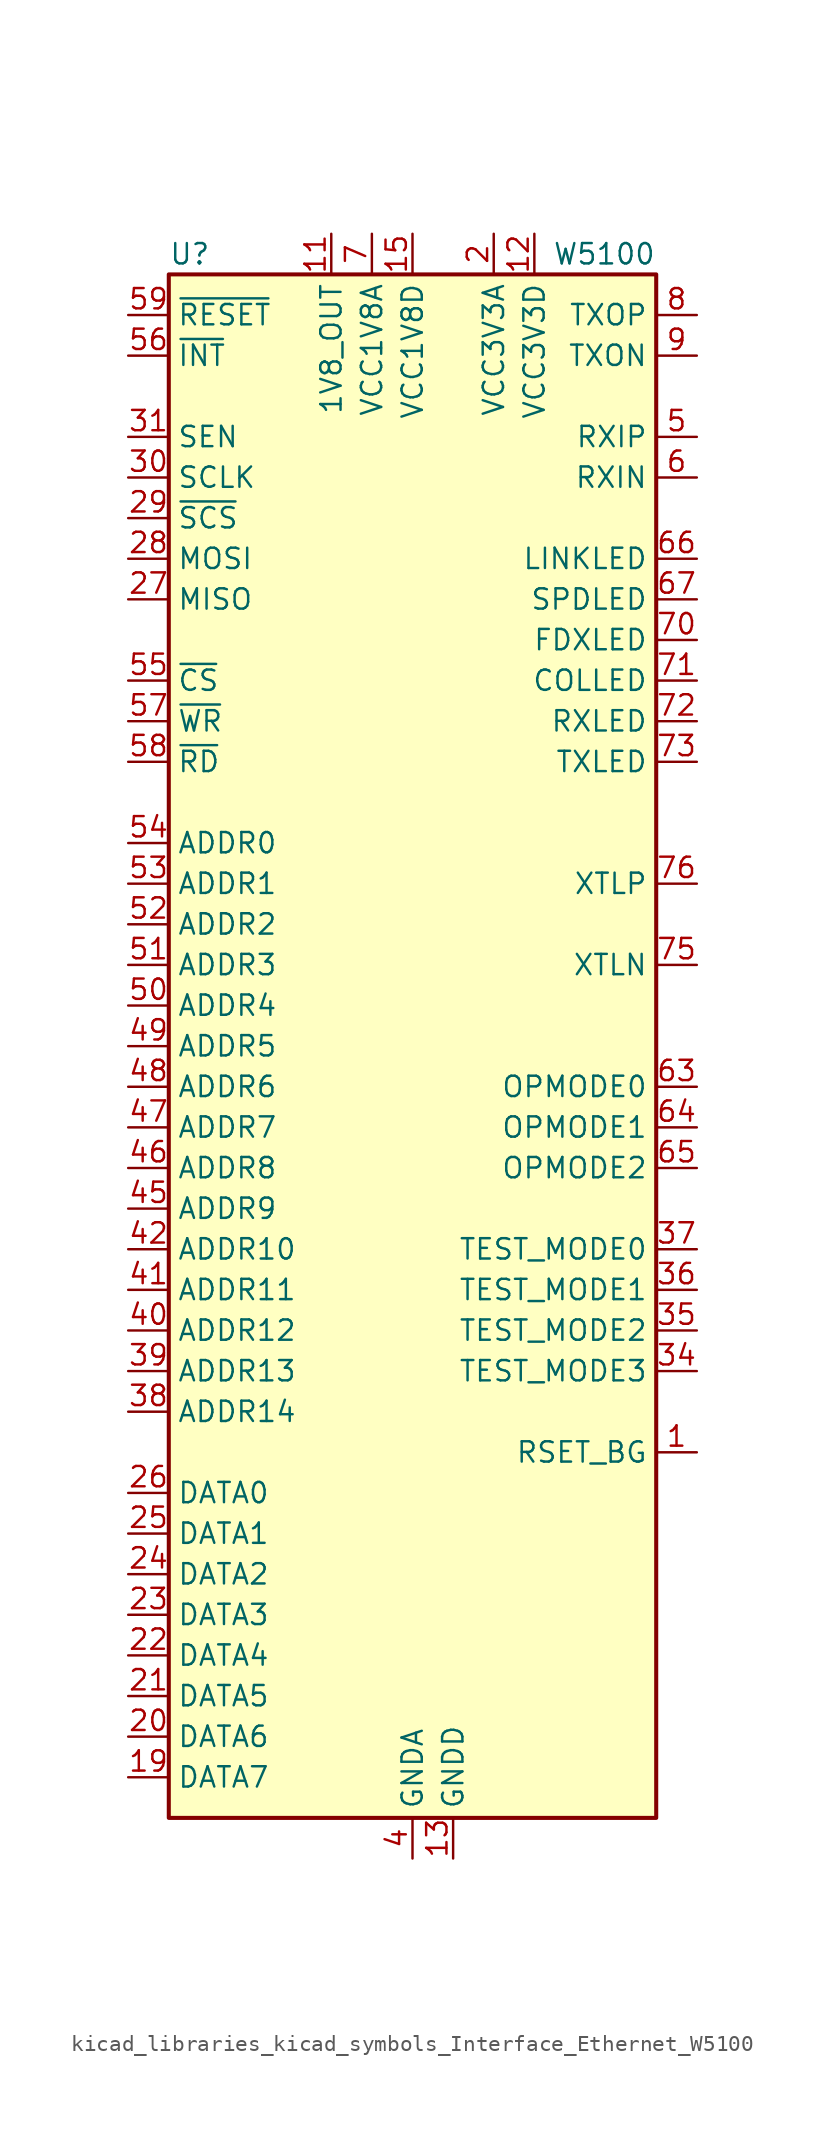
<source format=kicad_sym>
(kicad_symbol_lib
  (version 20220914)
  (generator kicad_symbol_editor)
  (symbol "kicad_libraries_kicad_symbols_Interface_Ethernet_W5100"
    (property "Reference" "U"
      (at -15.24 49.53 0)
      (effects (font (size 1.27 1.27)) (justify left)))
    (property "Value" "W5100"
      (at 15.24 49.53 0)
      (effects (font (size 1.27 1.27)) (justify right)))
    (symbol "kicad_libraries_kicad_symbols_Interface_Ethernet_W5100_0_1"
      (rectangle (start -15.24 48.26) (end 15.24 -48.26) (stroke (width 0.254) (type default)) (fill (type background))))
    (symbol "kicad_libraries_kicad_symbols_Interface_Ethernet_W5100_1_1"
      (pin output line (at 17.78 -25.4 180) (length 2.54) (name "RSET_BG" (effects (font (size 1.27 1.27)))) (number "1" (effects (font (size 1.27 1.27)))))
      (pin passive line (at 0 -50.8 90) (length 2.54) hide (name "GNDA" (effects (font (size 1.27 1.27)))) (number "10" (effects (font (size 1.27 1.27)))))
      (pin power_out line (at -5.08 50.8 270) (length 2.54) (name "1V8_OUT" (effects (font (size 1.27 1.27)))) (number "11" (effects (font (size 1.27 1.27)))))
      (pin power_in line (at 7.62 50.8 270) (length 2.54) (name "VCC3V3D" (effects (font (size 1.27 1.27)))) (number "12" (effects (font (size 1.27 1.27)))))
      (pin power_in line (at 2.54 -50.8 90) (length 2.54) (name "GNDD" (effects (font (size 1.27 1.27)))) (number "13" (effects (font (size 1.27 1.27)))))
      (pin passive line (at 2.54 -50.8 90) (length 2.54) hide (name "GNDD" (effects (font (size 1.27 1.27)))) (number "14" (effects (font (size 1.27 1.27)))))
      (pin power_in line (at 0 50.8 270) (length 2.54) (name "VCC1V8D" (effects (font (size 1.27 1.27)))) (number "15" (effects (font (size 1.27 1.27)))))
      (pin passive line (at 0 50.8 270) (length 2.54) hide (name "VCC1V8D" (effects (font (size 1.27 1.27)))) (number "16" (effects (font (size 1.27 1.27)))))
      (pin passive line (at 2.54 -50.8 90) (length 2.54) hide (name "GNDD" (effects (font (size 1.27 1.27)))) (number "17" (effects (font (size 1.27 1.27)))))
      (pin passive line (at 7.62 50.8 270) (length 2.54) hide (name "VCC3V3D" (effects (font (size 1.27 1.27)))) (number "18" (effects (font (size 1.27 1.27)))))
      (pin bidirectional line (at -17.78 -45.72 0) (length 2.54) (name "DATA7" (effects (font (size 1.27 1.27)))) (number "19" (effects (font (size 1.27 1.27)))))
      (pin power_in line (at 5.08 50.8 270) (length 2.54) (name "VCC3V3A" (effects (font (size 1.27 1.27)))) (number "2" (effects (font (size 1.27 1.27)))))
      (pin bidirectional line (at -17.78 -43.18 0) (length 2.54) (name "DATA6" (effects (font (size 1.27 1.27)))) (number "20" (effects (font (size 1.27 1.27)))))
      (pin bidirectional line (at -17.78 -40.64 0) (length 2.54) (name "DATA5" (effects (font (size 1.27 1.27)))) (number "21" (effects (font (size 1.27 1.27)))))
      (pin bidirectional line (at -17.78 -38.1 0) (length 2.54) (name "DATA4" (effects (font (size 1.27 1.27)))) (number "22" (effects (font (size 1.27 1.27)))))
      (pin bidirectional line (at -17.78 -35.56 0) (length 2.54) (name "DATA3" (effects (font (size 1.27 1.27)))) (number "23" (effects (font (size 1.27 1.27)))))
      (pin bidirectional line (at -17.78 -33.02 0) (length 2.54) (name "DATA2" (effects (font (size 1.27 1.27)))) (number "24" (effects (font (size 1.27 1.27)))))
      (pin bidirectional line (at -17.78 -30.48 0) (length 2.54) (name "DATA1" (effects (font (size 1.27 1.27)))) (number "25" (effects (font (size 1.27 1.27)))))
      (pin bidirectional line (at -17.78 -27.94 0) (length 2.54) (name "DATA0" (effects (font (size 1.27 1.27)))) (number "26" (effects (font (size 1.27 1.27)))))
      (pin output line (at -17.78 27.94 0) (length 2.54) (name "MISO" (effects (font (size 1.27 1.27)))) (number "27" (effects (font (size 1.27 1.27)))))
      (pin input line (at -17.78 30.48 0) (length 2.54) (name "MOSI" (effects (font (size 1.27 1.27)))) (number "28" (effects (font (size 1.27 1.27)))))
      (pin input line (at -17.78 33.02 0) (length 2.54) (name "~{SCS}" (effects (font (size 1.27 1.27)))) (number "29" (effects (font (size 1.27 1.27)))))
      (pin no_connect line (at 15.24 -30.48 180) (length 2.54) hide (name "NC" (effects (font (size 1.27 1.27)))) (number "3" (effects (font (size 1.27 1.27)))))
      (pin input line (at -17.78 35.56 0) (length 2.54) (name "SCLK" (effects (font (size 1.27 1.27)))) (number "30" (effects (font (size 1.27 1.27)))))
      (pin input line (at -17.78 38.1 0) (length 2.54) (name "SEN" (effects (font (size 1.27 1.27)))) (number "31" (effects (font (size 1.27 1.27)))))
      (pin passive line (at 2.54 -50.8 90) (length 2.54) hide (name "GNDD" (effects (font (size 1.27 1.27)))) (number "32" (effects (font (size 1.27 1.27)))))
      (pin passive line (at 0 50.8 270) (length 2.54) hide (name "VCC1V8D" (effects (font (size 1.27 1.27)))) (number "33" (effects (font (size 1.27 1.27)))))
      (pin input line (at 17.78 -20.32 180) (length 2.54) (name "TEST_MODE3" (effects (font (size 1.27 1.27)))) (number "34" (effects (font (size 1.27 1.27)))))
      (pin input line (at 17.78 -17.78 180) (length 2.54) (name "TEST_MODE2" (effects (font (size 1.27 1.27)))) (number "35" (effects (font (size 1.27 1.27)))))
      (pin input line (at 17.78 -15.24 180) (length 2.54) (name "TEST_MODE1" (effects (font (size 1.27 1.27)))) (number "36" (effects (font (size 1.27 1.27)))))
      (pin input line (at 17.78 -12.7 180) (length 2.54) (name "TEST_MODE0" (effects (font (size 1.27 1.27)))) (number "37" (effects (font (size 1.27 1.27)))))
      (pin input line (at -17.78 -22.86 0) (length 2.54) (name "ADDR14" (effects (font (size 1.27 1.27)))) (number "38" (effects (font (size 1.27 1.27)))))
      (pin input line (at -17.78 -20.32 0) (length 2.54) (name "ADDR13" (effects (font (size 1.27 1.27)))) (number "39" (effects (font (size 1.27 1.27)))))
      (pin power_in line (at 0 -50.8 90) (length 2.54) (name "GNDA" (effects (font (size 1.27 1.27)))) (number "4" (effects (font (size 1.27 1.27)))))
      (pin input line (at -17.78 -17.78 0) (length 2.54) (name "ADDR12" (effects (font (size 1.27 1.27)))) (number "40" (effects (font (size 1.27 1.27)))))
      (pin input line (at -17.78 -15.24 0) (length 2.54) (name "ADDR11" (effects (font (size 1.27 1.27)))) (number "41" (effects (font (size 1.27 1.27)))))
      (pin input line (at -17.78 -12.7 0) (length 2.54) (name "ADDR10" (effects (font (size 1.27 1.27)))) (number "42" (effects (font (size 1.27 1.27)))))
      (pin passive line (at 2.54 -50.8 90) (length 2.54) hide (name "GNDD" (effects (font (size 1.27 1.27)))) (number "43" (effects (font (size 1.27 1.27)))))
      (pin passive line (at 7.62 50.8 270) (length 2.54) hide (name "VCC3V3D" (effects (font (size 1.27 1.27)))) (number "44" (effects (font (size 1.27 1.27)))))
      (pin input line (at -17.78 -10.16 0) (length 2.54) (name "ADDR9" (effects (font (size 1.27 1.27)))) (number "45" (effects (font (size 1.27 1.27)))))
      (pin input line (at -17.78 -7.62 0) (length 2.54) (name "ADDR8" (effects (font (size 1.27 1.27)))) (number "46" (effects (font (size 1.27 1.27)))))
      (pin input line (at -17.78 -5.08 0) (length 2.54) (name "ADDR7" (effects (font (size 1.27 1.27)))) (number "47" (effects (font (size 1.27 1.27)))))
      (pin input line (at -17.78 -2.54 0) (length 2.54) (name "ADDR6" (effects (font (size 1.27 1.27)))) (number "48" (effects (font (size 1.27 1.27)))))
      (pin input line (at -17.78 0 0) (length 2.54) (name "ADDR5" (effects (font (size 1.27 1.27)))) (number "49" (effects (font (size 1.27 1.27)))))
      (pin input line (at 17.78 38.1 180) (length 2.54) (name "RXIP" (effects (font (size 1.27 1.27)))) (number "5" (effects (font (size 1.27 1.27)))))
      (pin input line (at -17.78 2.54 0) (length 2.54) (name "ADDR4" (effects (font (size 1.27 1.27)))) (number "50" (effects (font (size 1.27 1.27)))))
      (pin input line (at -17.78 5.08 0) (length 2.54) (name "ADDR3" (effects (font (size 1.27 1.27)))) (number "51" (effects (font (size 1.27 1.27)))))
      (pin input line (at -17.78 7.62 0) (length 2.54) (name "ADDR2" (effects (font (size 1.27 1.27)))) (number "52" (effects (font (size 1.27 1.27)))))
      (pin input line (at -17.78 10.16 0) (length 2.54) (name "ADDR1" (effects (font (size 1.27 1.27)))) (number "53" (effects (font (size 1.27 1.27)))))
      (pin input line (at -17.78 12.7 0) (length 2.54) (name "ADDR0" (effects (font (size 1.27 1.27)))) (number "54" (effects (font (size 1.27 1.27)))))
      (pin input line (at -17.78 22.86 0) (length 2.54) (name "~{CS}" (effects (font (size 1.27 1.27)))) (number "55" (effects (font (size 1.27 1.27)))))
      (pin output line (at -17.78 43.18 0) (length 2.54) (name "~{INT}" (effects (font (size 1.27 1.27)))) (number "56" (effects (font (size 1.27 1.27)))))
      (pin input line (at -17.78 20.32 0) (length 2.54) (name "~{WR}" (effects (font (size 1.27 1.27)))) (number "57" (effects (font (size 1.27 1.27)))))
      (pin input line (at -17.78 17.78 0) (length 2.54) (name "~{RD}" (effects (font (size 1.27 1.27)))) (number "58" (effects (font (size 1.27 1.27)))))
      (pin input line (at -17.78 45.72 0) (length 2.54) (name "~{RESET}" (effects (font (size 1.27 1.27)))) (number "59" (effects (font (size 1.27 1.27)))))
      (pin input line (at 17.78 35.56 180) (length 2.54) (name "RXIN" (effects (font (size 1.27 1.27)))) (number "6" (effects (font (size 1.27 1.27)))))
      (pin no_connect line (at 15.24 -33.02 180) (length 2.54) hide (name "NC" (effects (font (size 1.27 1.27)))) (number "60" (effects (font (size 1.27 1.27)))))
      (pin no_connect line (at 15.24 -35.56 180) (length 2.54) hide (name "NC" (effects (font (size 1.27 1.27)))) (number "61" (effects (font (size 1.27 1.27)))))
      (pin no_connect line (at 15.24 -38.1 180) (length 2.54) hide (name "NC" (effects (font (size 1.27 1.27)))) (number "62" (effects (font (size 1.27 1.27)))))
      (pin input line (at 17.78 -2.54 180) (length 2.54) (name "OPMODE0" (effects (font (size 1.27 1.27)))) (number "63" (effects (font (size 1.27 1.27)))))
      (pin input line (at 17.78 -5.08 180) (length 2.54) (name "OPMODE1" (effects (font (size 1.27 1.27)))) (number "64" (effects (font (size 1.27 1.27)))))
      (pin input line (at 17.78 -7.62 180) (length 2.54) (name "OPMODE2" (effects (font (size 1.27 1.27)))) (number "65" (effects (font (size 1.27 1.27)))))
      (pin output line (at 17.78 30.48 180) (length 2.54) (name "LINKLED" (effects (font (size 1.27 1.27)))) (number "66" (effects (font (size 1.27 1.27)))))
      (pin output line (at 17.78 27.94 180) (length 2.54) (name "SPDLED" (effects (font (size 1.27 1.27)))) (number "67" (effects (font (size 1.27 1.27)))))
      (pin passive line (at 2.54 -50.8 90) (length 2.54) hide (name "GNDD" (effects (font (size 1.27 1.27)))) (number "68" (effects (font (size 1.27 1.27)))))
      (pin passive line (at 0 50.8 270) (length 2.54) hide (name "VCC1V8D" (effects (font (size 1.27 1.27)))) (number "69" (effects (font (size 1.27 1.27)))))
      (pin power_in line (at -2.54 50.8 270) (length 2.54) (name "VCC1V8A" (effects (font (size 1.27 1.27)))) (number "7" (effects (font (size 1.27 1.27)))))
      (pin output line (at 17.78 25.4 180) (length 2.54) (name "FDXLED" (effects (font (size 1.27 1.27)))) (number "70" (effects (font (size 1.27 1.27)))))
      (pin output line (at 17.78 22.86 180) (length 2.54) (name "COLLED" (effects (font (size 1.27 1.27)))) (number "71" (effects (font (size 1.27 1.27)))))
      (pin output line (at 17.78 20.32 180) (length 2.54) (name "RXLED" (effects (font (size 1.27 1.27)))) (number "72" (effects (font (size 1.27 1.27)))))
      (pin output line (at 17.78 17.78 180) (length 2.54) (name "TXLED" (effects (font (size 1.27 1.27)))) (number "73" (effects (font (size 1.27 1.27)))))
      (pin passive line (at -2.54 50.8 270) (length 2.54) hide (name "VCC1V8A" (effects (font (size 1.27 1.27)))) (number "74" (effects (font (size 1.27 1.27)))))
      (pin input line (at 17.78 5.08 180) (length 2.54) (name "XTLN" (effects (font (size 1.27 1.27)))) (number "75" (effects (font (size 1.27 1.27)))))
      (pin output line (at 17.78 10.16 180) (length 2.54) (name "XTLP" (effects (font (size 1.27 1.27)))) (number "76" (effects (font (size 1.27 1.27)))))
      (pin passive line (at 0 -50.8 90) (length 2.54) hide (name "GNDA" (effects (font (size 1.27 1.27)))) (number "77" (effects (font (size 1.27 1.27)))))
      (pin no_connect line (at 15.24 -40.64 180) (length 2.54) hide (name "NC" (effects (font (size 1.27 1.27)))) (number "78" (effects (font (size 1.27 1.27)))))
      (pin no_connect line (at 15.24 -43.18 180) (length 2.54) hide (name "NC" (effects (font (size 1.27 1.27)))) (number "79" (effects (font (size 1.27 1.27)))))
      (pin output line (at 17.78 45.72 180) (length 2.54) (name "TXOP" (effects (font (size 1.27 1.27)))) (number "8" (effects (font (size 1.27 1.27)))))
      (pin no_connect line (at 15.24 -45.72 180) (length 2.54) hide (name "NC" (effects (font (size 1.27 1.27)))) (number "80" (effects (font (size 1.27 1.27)))))
      (pin output line (at 17.78 43.18 180) (length 2.54) (name "TXON" (effects (font (size 1.27 1.27)))) (number "9" (effects (font (size 1.27 1.27))))))))
</source>
